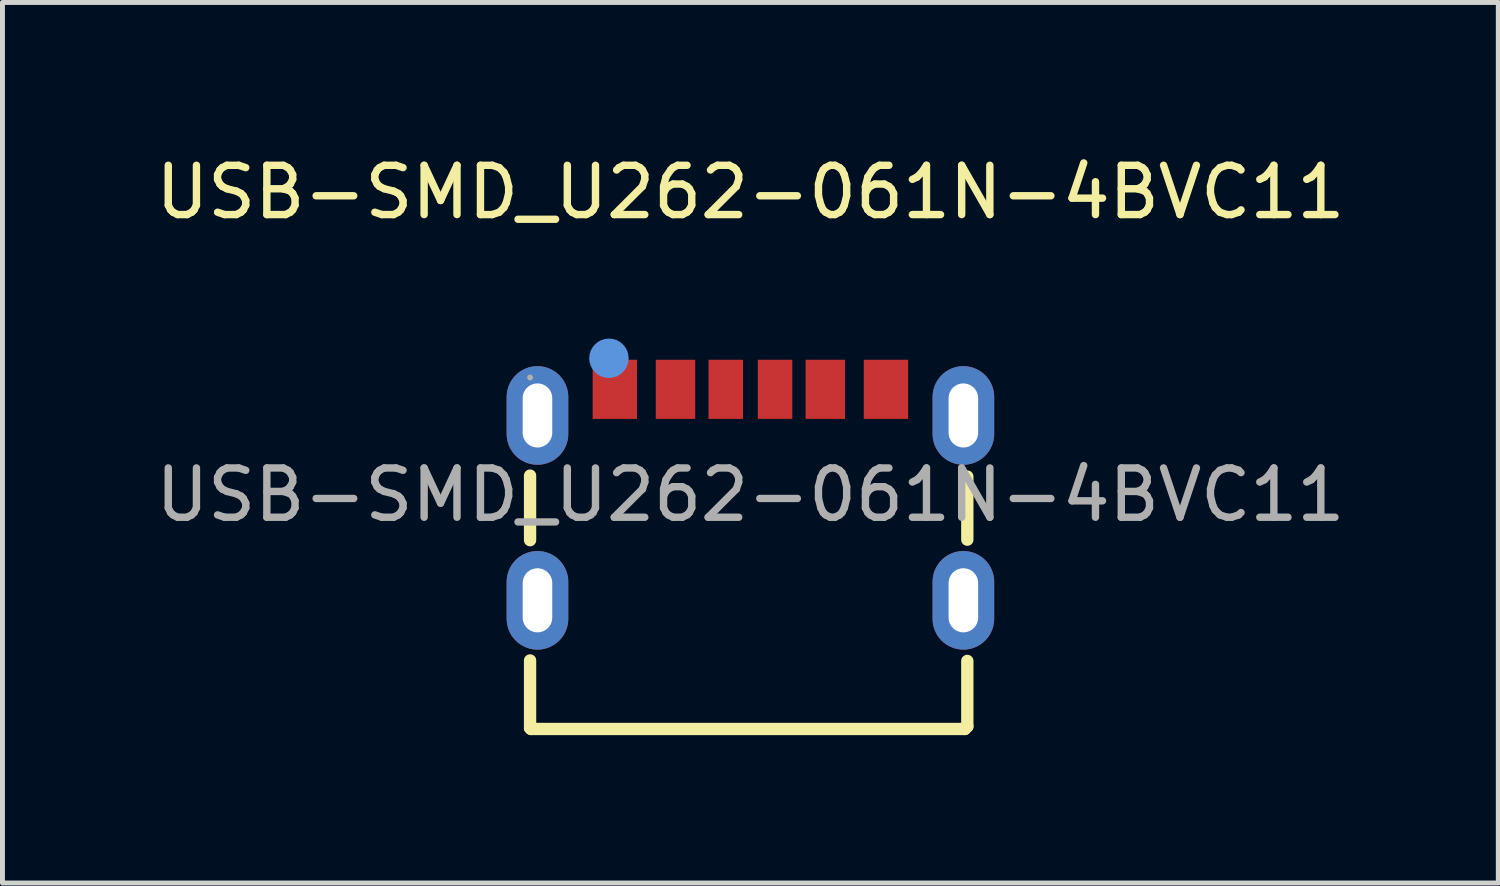
<source format=kicad_pcb>
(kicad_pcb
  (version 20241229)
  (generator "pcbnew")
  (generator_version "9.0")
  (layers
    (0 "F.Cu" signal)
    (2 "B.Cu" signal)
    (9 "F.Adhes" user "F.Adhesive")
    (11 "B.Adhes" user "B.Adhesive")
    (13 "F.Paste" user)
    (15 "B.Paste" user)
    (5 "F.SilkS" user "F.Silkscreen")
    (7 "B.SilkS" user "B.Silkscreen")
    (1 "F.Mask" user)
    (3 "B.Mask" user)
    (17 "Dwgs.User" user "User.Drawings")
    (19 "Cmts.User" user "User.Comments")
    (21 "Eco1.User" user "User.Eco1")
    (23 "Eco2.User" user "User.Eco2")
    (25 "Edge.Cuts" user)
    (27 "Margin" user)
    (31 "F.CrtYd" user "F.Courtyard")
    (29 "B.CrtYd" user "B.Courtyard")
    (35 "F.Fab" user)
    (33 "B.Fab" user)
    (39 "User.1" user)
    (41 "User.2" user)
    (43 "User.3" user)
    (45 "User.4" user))
  (footprint "USB-SMD_U262-061N-4BVC11"
    (layer "F.Cu")
    (at 12.173 6.988)
    (property "Reference" "USB-SMD_U262-061N-4BVC11" (at 0 -6.14 0) (layer "F.SilkS") (effects (font (size 1 1) (thickness 0.15))))
    (attr smd)
    (fp_line (start -4.47 -0.39) (end -4.47 0.92) (stroke (width 0.25) (type solid)) (layer "F.SilkS"))
    (fp_line (start -4.47 3.36) (end -4.47 4.73) (stroke (width 0.25) (type solid)) (layer "F.SilkS"))
    (fp_line (start -4.47 4.73) (end -4.45 4.75) (stroke (width 0.25) (type solid)) (layer "F.SilkS"))
    (fp_line (start -4.45 4.75) (end 4.35 4.75) (stroke (width 0.25) (type solid)) (layer "F.SilkS"))
    (fp_line (start 4.35 4.75) (end 4.4 4.7) (stroke (width 0.25) (type solid)) (layer "F.SilkS"))
    (fp_line (start 4.4 0.91) (end 4.4 -0.37) (stroke (width 0.25) (type solid)) (layer "F.SilkS"))
    (fp_line (start 4.4 4.7) (end 4.4 3.37) (stroke (width 0.25) (type solid)) (layer "F.SilkS"))
    (fp_circle (center -2.87 -2.77) (end -2.67 -2.77) (stroke (width 0.4) (type solid)) (fill no) (layer "Cmts.User"))
    (fp_circle (center -4.47 -2.38) (end -4.44 -2.38) (stroke (width 0.06) (type solid)) (fill no) (layer "F.Fab"))
    (fp_text user "${REFERENCE}" (at 0 0 0) (layer "F.Fab") (effects (font (size 1 1) (thickness 0.15))))
    (pad "7" thru_hole oval (at -4.32 -1.61) (size 1.25 2) (drill oval 0.6 1.3) (layers "*.Cu" "*.Mask"))
    (pad "8" thru_hole oval (at 4.32 -1.61) (size 1.25 2) (drill oval 0.6 1.3) (layers "*.Cu" "*.Mask"))
    (pad "9" thru_hole oval (at -4.32 2.14) (size 1.25 2) (drill oval 0.6 1.3) (layers "*.Cu" "*.Mask"))
    (pad "10" thru_hole oval (at 4.32 2.14) (size 1.25 2) (drill oval 0.6 1.3) (layers "*.Cu" "*.Mask"))
    (pad "A5" smd rect (at -0.5 -2.14) (size 0.7 1.2) (layers "F.Cu" "F.Mask" "F.Paste"))
    (pad "A9" smd rect (at 1.52 -2.14) (size 0.8 1.2) (layers "F.Cu" "F.Mask" "F.Paste"))
    (pad "A12" smd rect (at 2.75 -2.14) (size 0.9 1.2) (layers "F.Cu" "F.Mask" "F.Paste"))
    (pad "B5" smd rect (at 0.5 -2.14) (size 0.7 1.2) (layers "F.Cu" "F.Mask" "F.Paste"))
    (pad "B9" smd rect (at -1.52 -2.14) (size 0.8 1.2) (layers "F.Cu" "F.Mask" "F.Paste"))
    (pad "B12" smd rect (at -2.75 -2.14) (size 0.9 1.2) (layers "F.Cu" "F.Mask" "F.Paste")))
  (gr_rect
    (start -3 -3)
    (end 27.345 14.863)
    (stroke (width 0.1) (type default))
    (fill no)
    (layer "Edge.Cuts")))
</source>
